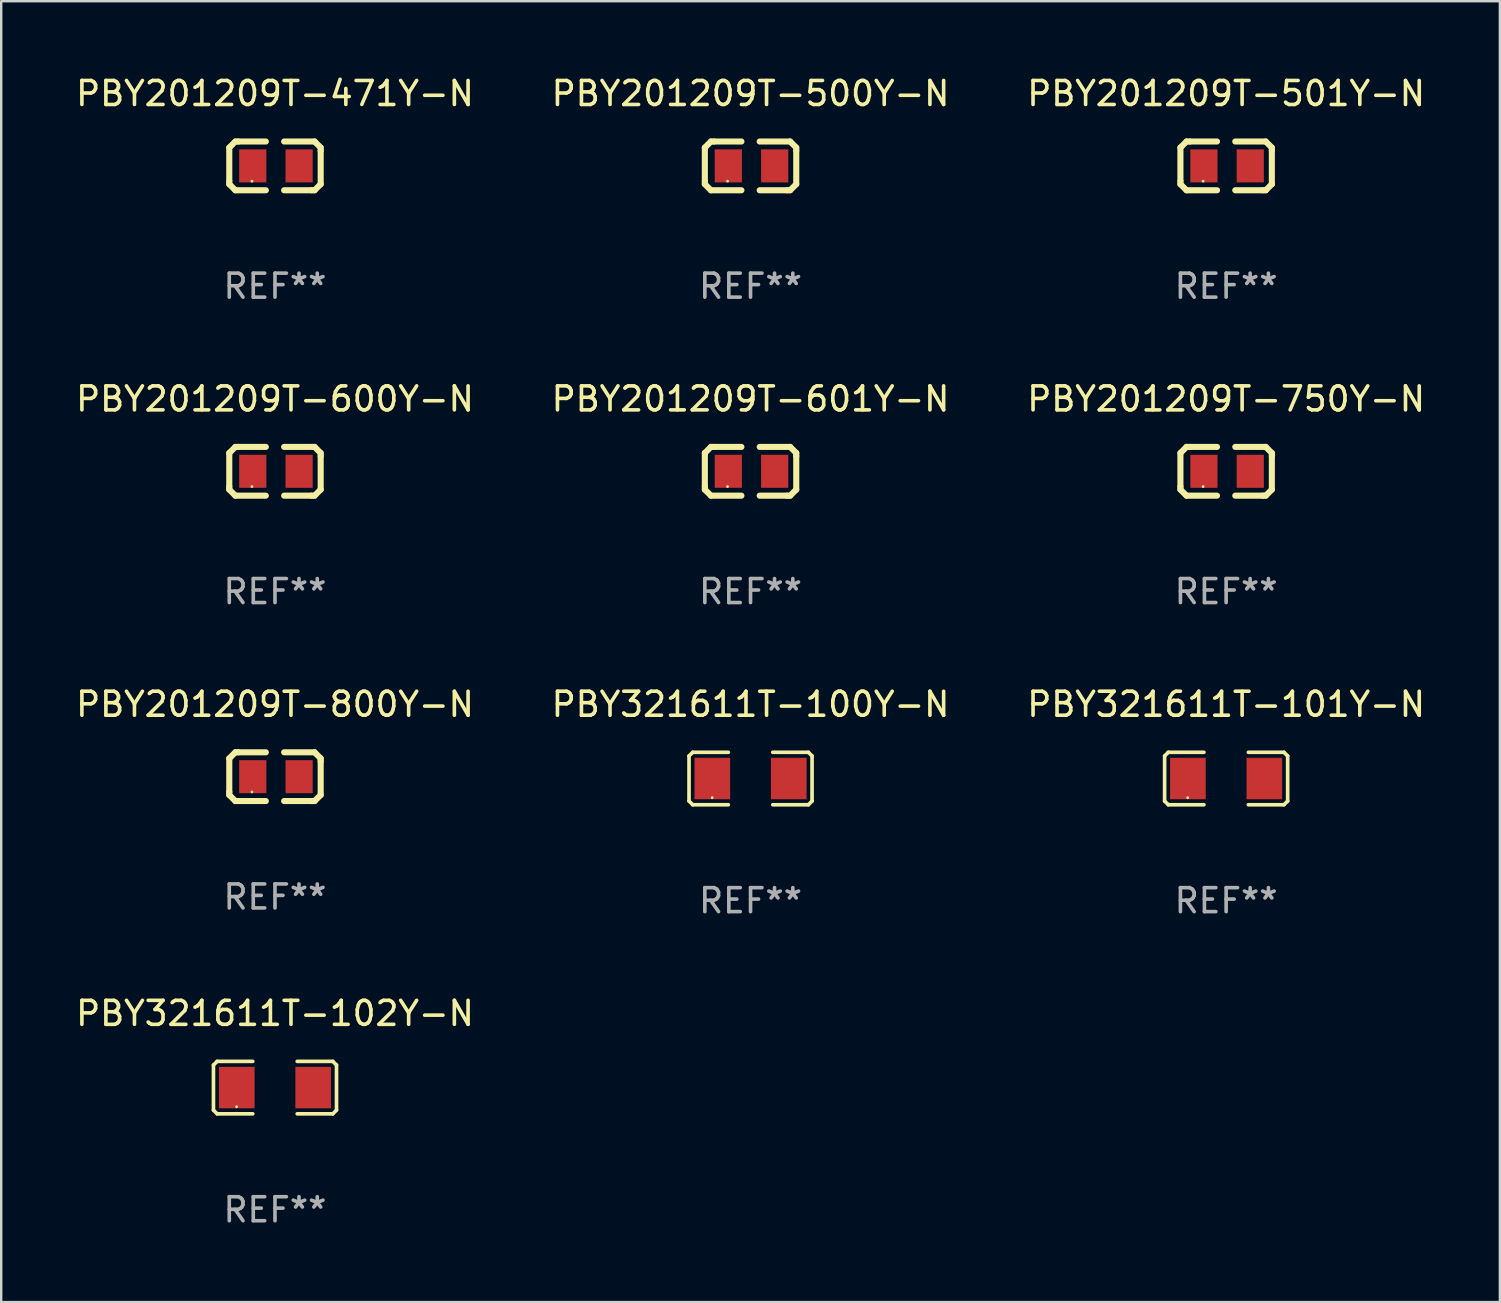
<source format=kicad_pcb>
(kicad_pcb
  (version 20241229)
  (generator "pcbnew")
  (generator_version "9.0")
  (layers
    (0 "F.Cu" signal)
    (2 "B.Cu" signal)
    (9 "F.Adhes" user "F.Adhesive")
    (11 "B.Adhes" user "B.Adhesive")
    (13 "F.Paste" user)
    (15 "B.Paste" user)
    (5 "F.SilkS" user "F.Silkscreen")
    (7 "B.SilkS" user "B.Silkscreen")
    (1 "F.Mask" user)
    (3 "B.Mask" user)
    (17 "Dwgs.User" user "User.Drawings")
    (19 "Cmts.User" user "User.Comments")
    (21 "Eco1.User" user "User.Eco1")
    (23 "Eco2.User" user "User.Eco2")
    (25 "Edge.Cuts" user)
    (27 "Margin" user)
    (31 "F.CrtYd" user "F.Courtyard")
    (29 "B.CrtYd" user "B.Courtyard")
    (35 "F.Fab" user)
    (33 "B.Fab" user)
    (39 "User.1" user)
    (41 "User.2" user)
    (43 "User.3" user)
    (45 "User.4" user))
  (footprint "PBY321611T-100Y-N"
    (layer "F.Cu")
    (at 28.232 29.398)
    (property "Reference" "PBY321611T-100Y-N" (at 0 -3.093 0) (layer "F.SilkS") (effects (font (size 1 1) (thickness 0.15))))
    (attr through_hole)
    (fp_line (start -2.564 -0.94) (end -2.411 -1.093) (stroke (width 0.152) (type solid)) (layer "F.SilkS"))
    (fp_line (start -2.564 0.94) (end -2.564 -0.94) (stroke (width 0.152) (type solid)) (layer "F.SilkS"))
    (fp_line (start -2.411 -1.093) (end -0.926 -1.093) (stroke (width 0.152) (type solid)) (layer "F.SilkS"))
    (fp_line (start -2.411 1.093) (end -2.564 0.94) (stroke (width 0.152) (type solid)) (layer "F.SilkS"))
    (fp_line (start -0.926 1.093) (end -2.411 1.093) (stroke (width 0.152) (type solid)) (layer "F.SilkS"))
    (fp_line (start 0.926 1.093) (end 2.411 1.093) (stroke (width 0.152) (type solid)) (layer "F.SilkS"))
    (fp_line (start 2.411 -1.093) (end 0.926 -1.093) (stroke (width 0.152) (type solid)) (layer "F.SilkS"))
    (fp_line (start 2.411 1.093) (end 2.564 0.94) (stroke (width 0.152) (type solid)) (layer "F.SilkS"))
    (fp_line (start 2.564 -0.94) (end 2.411 -1.093) (stroke (width 0.152) (type solid)) (layer "F.SilkS"))
    (fp_line (start 2.564 0.94) (end 2.564 -0.94) (stroke (width 0.152) (type solid)) (layer "F.SilkS"))
    (fp_circle (center -1.6 0.8) (end -1.57 0.8) (stroke (width 0.06) (type solid)) (fill no) (layer "F.SilkS"))
    (fp_text user "REF**" (at 0 5.093 0) (layer "F.Fab") (effects (font (size 1 1) (thickness 0.15))))
    (pad "1" smd rect (at -1.593 0) (size 1.485 1.728) (layers "F.Cu" "F.Mask" "F.Paste"))
    (pad "2" smd rect (at 1.593 0) (size 1.485 1.728) (layers "F.Cu" "F.Mask" "F.Paste")))
  (footprint "PBY321611T-102Y-N"
    (layer "F.Cu")
    (at 8.411 42.28)
    (property "Reference" "PBY321611T-102Y-N" (at 0 -3.093 0) (layer "F.SilkS") (effects (font (size 1 1) (thickness 0.15))))
    (attr through_hole)
    (fp_line (start -2.564 -0.94) (end -2.411 -1.093) (stroke (width 0.152) (type solid)) (layer "F.SilkS"))
    (fp_line (start -2.564 0.94) (end -2.564 -0.94) (stroke (width 0.152) (type solid)) (layer "F.SilkS"))
    (fp_line (start -2.411 -1.093) (end -0.926 -1.093) (stroke (width 0.152) (type solid)) (layer "F.SilkS"))
    (fp_line (start -2.411 1.093) (end -2.564 0.94) (stroke (width 0.152) (type solid)) (layer "F.SilkS"))
    (fp_line (start -0.926 1.093) (end -2.411 1.093) (stroke (width 0.152) (type solid)) (layer "F.SilkS"))
    (fp_line (start 0.926 1.093) (end 2.411 1.093) (stroke (width 0.152) (type solid)) (layer "F.SilkS"))
    (fp_line (start 2.411 -1.093) (end 0.926 -1.093) (stroke (width 0.152) (type solid)) (layer "F.SilkS"))
    (fp_line (start 2.411 1.093) (end 2.564 0.94) (stroke (width 0.152) (type solid)) (layer "F.SilkS"))
    (fp_line (start 2.564 -0.94) (end 2.411 -1.093) (stroke (width 0.152) (type solid)) (layer "F.SilkS"))
    (fp_line (start 2.564 0.94) (end 2.564 -0.94) (stroke (width 0.152) (type solid)) (layer "F.SilkS"))
    (fp_circle (center -1.6 0.8) (end -1.57 0.8) (stroke (width 0.06) (type solid)) (fill no) (layer "F.SilkS"))
    (fp_text user "REF**" (at 0 5.093 0) (layer "F.Fab") (effects (font (size 1 1) (thickness 0.15))))
    (pad "1" smd rect (at -1.593 0) (size 1.485 1.728) (layers "F.Cu" "F.Mask" "F.Paste"))
    (pad "2" smd rect (at 1.593 0) (size 1.485 1.728) (layers "F.Cu" "F.Mask" "F.Paste")))
  (footprint "PBY201209T-600Y-N"
    (layer "F.Cu")
    (at 8.411 16.593)
    (property "Reference" "PBY201209T-600Y-N" (at 0 -3.016 0) (layer "F.SilkS") (effects (font (size 1 1) (thickness 0.15))))
    (attr through_hole)
    (fp_line (start -1.905 -0.762) (end -1.905 0.635) (stroke (width 0.254) (type solid)) (layer "F.SilkS"))
    (fp_line (start -1.905 0.635) (end -1.905 0.762) (stroke (width 0.254) (type solid)) (layer "F.SilkS"))
    (fp_line (start -1.905 0.762) (end -1.651 1.016) (stroke (width 0.254) (type solid)) (layer "F.SilkS"))
    (fp_line (start -1.651 -1.016) (end -1.905 -0.762) (stroke (width 0.254) (type solid)) (layer "F.SilkS"))
    (fp_line (start -1.651 1.016) (end -0.381 1.016) (stroke (width 0.254) (type solid)) (layer "F.SilkS"))
    (fp_line (start -1.524 -1.016) (end -1.651 -1.016) (stroke (width 0.254) (type solid)) (layer "F.SilkS"))
    (fp_line (start -0.381 -1.016) (end -1.524 -1.016) (stroke (width 0.254) (type solid)) (layer "F.SilkS"))
    (fp_line (start 0.381 1.016) (end 1.524 1.016) (stroke (width 0.254) (type solid)) (layer "F.SilkS"))
    (fp_line (start 1.524 1.016) (end 1.651 1.016) (stroke (width 0.254) (type solid)) (layer "F.SilkS"))
    (fp_line (start 1.651 -1.016) (end 0.381 -1.016) (stroke (width 0.254) (type solid)) (layer "F.SilkS"))
    (fp_line (start 1.651 1.016) (end 1.905 0.762) (stroke (width 0.254) (type solid)) (layer "F.SilkS"))
    (fp_line (start 1.905 -0.762) (end 1.651 -1.016) (stroke (width 0.254) (type solid)) (layer "F.SilkS"))
    (fp_line (start 1.905 -0.635) (end 1.905 -0.762) (stroke (width 0.254) (type solid)) (layer "F.SilkS"))
    (fp_line (start 1.905 0.762) (end 1.905 -0.635) (stroke (width 0.254) (type solid)) (layer "F.SilkS"))
    (fp_circle (center -0.96 0.637) (end -0.93 0.637) (stroke (width 0.06) (type solid)) (fill no) (layer "F.SilkS"))
    (fp_text user "REF**" (at 0 5.016 0) (layer "F.Fab") (effects (font (size 1 1) (thickness 0.15))))
    (pad "1" smd rect (at -0.926 -0.000051) (size 1.133 1.377) (layers "F.Cu" "F.Mask" "F.Paste"))
    (pad "2" smd rect (at 1.006 -0.000051) (size 1.133 1.377) (layers "F.Cu" "F.Mask" "F.Paste")))
  (footprint "PBY201209T-471Y-N"
    (layer "F.Cu")
    (at 8.411 3.864)
    (property "Reference" "PBY201209T-471Y-N" (at 0 -3.016 0) (layer "F.SilkS") (effects (font (size 1 1) (thickness 0.15))))
    (attr through_hole)
    (fp_line (start -1.905 -0.762) (end -1.905 0.635) (stroke (width 0.254) (type solid)) (layer "F.SilkS"))
    (fp_line (start -1.905 0.635) (end -1.905 0.762) (stroke (width 0.254) (type solid)) (layer "F.SilkS"))
    (fp_line (start -1.905 0.762) (end -1.651 1.016) (stroke (width 0.254) (type solid)) (layer "F.SilkS"))
    (fp_line (start -1.651 -1.016) (end -1.905 -0.762) (stroke (width 0.254) (type solid)) (layer "F.SilkS"))
    (fp_line (start -1.651 1.016) (end -0.381 1.016) (stroke (width 0.254) (type solid)) (layer "F.SilkS"))
    (fp_line (start -1.524 -1.016) (end -1.651 -1.016) (stroke (width 0.254) (type solid)) (layer "F.SilkS"))
    (fp_line (start -0.381 -1.016) (end -1.524 -1.016) (stroke (width 0.254) (type solid)) (layer "F.SilkS"))
    (fp_line (start 0.381 1.016) (end 1.524 1.016) (stroke (width 0.254) (type solid)) (layer "F.SilkS"))
    (fp_line (start 1.524 1.016) (end 1.651 1.016) (stroke (width 0.254) (type solid)) (layer "F.SilkS"))
    (fp_line (start 1.651 -1.016) (end 0.381 -1.016) (stroke (width 0.254) (type solid)) (layer "F.SilkS"))
    (fp_line (start 1.651 1.016) (end 1.905 0.762) (stroke (width 0.254) (type solid)) (layer "F.SilkS"))
    (fp_line (start 1.905 -0.762) (end 1.651 -1.016) (stroke (width 0.254) (type solid)) (layer "F.SilkS"))
    (fp_line (start 1.905 -0.635) (end 1.905 -0.762) (stroke (width 0.254) (type solid)) (layer "F.SilkS"))
    (fp_line (start 1.905 0.762) (end 1.905 -0.635) (stroke (width 0.254) (type solid)) (layer "F.SilkS"))
    (fp_circle (center -0.96 0.637) (end -0.93 0.637) (stroke (width 0.06) (type solid)) (fill no) (layer "F.SilkS"))
    (fp_text user "REF**" (at 0 5.016 0) (layer "F.Fab") (effects (font (size 1 1) (thickness 0.15))))
    (pad "1" smd rect (at -0.926 -0.000051) (size 1.133 1.377) (layers "F.Cu" "F.Mask" "F.Paste"))
    (pad "2" smd rect (at 1.006 -0.000051) (size 1.133 1.377) (layers "F.Cu" "F.Mask" "F.Paste")))
  (footprint "PBY321611T-101Y-N"
    (layer "F.Cu")
    (at 48.054 29.398)
    (property "Reference" "PBY321611T-101Y-N" (at 0 -3.093 0) (layer "F.SilkS") (effects (font (size 1 1) (thickness 0.15))))
    (attr through_hole)
    (fp_line (start -2.564 -0.94) (end -2.411 -1.093) (stroke (width 0.152) (type solid)) (layer "F.SilkS"))
    (fp_line (start -2.564 0.94) (end -2.564 -0.94) (stroke (width 0.152) (type solid)) (layer "F.SilkS"))
    (fp_line (start -2.411 -1.093) (end -0.926 -1.093) (stroke (width 0.152) (type solid)) (layer "F.SilkS"))
    (fp_line (start -2.411 1.093) (end -2.564 0.94) (stroke (width 0.152) (type solid)) (layer "F.SilkS"))
    (fp_line (start -0.926 1.093) (end -2.411 1.093) (stroke (width 0.152) (type solid)) (layer "F.SilkS"))
    (fp_line (start 0.926 1.093) (end 2.411 1.093) (stroke (width 0.152) (type solid)) (layer "F.SilkS"))
    (fp_line (start 2.411 -1.093) (end 0.926 -1.093) (stroke (width 0.152) (type solid)) (layer "F.SilkS"))
    (fp_line (start 2.411 1.093) (end 2.564 0.94) (stroke (width 0.152) (type solid)) (layer "F.SilkS"))
    (fp_line (start 2.564 -0.94) (end 2.411 -1.093) (stroke (width 0.152) (type solid)) (layer "F.SilkS"))
    (fp_line (start 2.564 0.94) (end 2.564 -0.94) (stroke (width 0.152) (type solid)) (layer "F.SilkS"))
    (fp_circle (center -1.6 0.8) (end -1.57 0.8) (stroke (width 0.06) (type solid)) (fill no) (layer "F.SilkS"))
    (fp_text user "REF**" (at 0 5.093 0) (layer "F.Fab") (effects (font (size 1 1) (thickness 0.15))))
    (pad "1" smd rect (at -1.593 0) (size 1.485 1.728) (layers "F.Cu" "F.Mask" "F.Paste"))
    (pad "2" smd rect (at 1.593 0) (size 1.485 1.728) (layers "F.Cu" "F.Mask" "F.Paste")))
  (footprint "PBY201209T-500Y-N"
    (layer "F.Cu")
    (at 28.232 3.864)
    (property "Reference" "PBY201209T-500Y-N" (at 0 -3.016 0) (layer "F.SilkS") (effects (font (size 1 1) (thickness 0.15))))
    (attr through_hole)
    (fp_line (start -1.905 -0.762) (end -1.905 0.635) (stroke (width 0.254) (type solid)) (layer "F.SilkS"))
    (fp_line (start -1.905 0.635) (end -1.905 0.762) (stroke (width 0.254) (type solid)) (layer "F.SilkS"))
    (fp_line (start -1.905 0.762) (end -1.651 1.016) (stroke (width 0.254) (type solid)) (layer "F.SilkS"))
    (fp_line (start -1.651 -1.016) (end -1.905 -0.762) (stroke (width 0.254) (type solid)) (layer "F.SilkS"))
    (fp_line (start -1.651 1.016) (end -0.381 1.016) (stroke (width 0.254) (type solid)) (layer "F.SilkS"))
    (fp_line (start -1.524 -1.016) (end -1.651 -1.016) (stroke (width 0.254) (type solid)) (layer "F.SilkS"))
    (fp_line (start -0.381 -1.016) (end -1.524 -1.016) (stroke (width 0.254) (type solid)) (layer "F.SilkS"))
    (fp_line (start 0.381 1.016) (end 1.524 1.016) (stroke (width 0.254) (type solid)) (layer "F.SilkS"))
    (fp_line (start 1.524 1.016) (end 1.651 1.016) (stroke (width 0.254) (type solid)) (layer "F.SilkS"))
    (fp_line (start 1.651 -1.016) (end 0.381 -1.016) (stroke (width 0.254) (type solid)) (layer "F.SilkS"))
    (fp_line (start 1.651 1.016) (end 1.905 0.762) (stroke (width 0.254) (type solid)) (layer "F.SilkS"))
    (fp_line (start 1.905 -0.762) (end 1.651 -1.016) (stroke (width 0.254) (type solid)) (layer "F.SilkS"))
    (fp_line (start 1.905 -0.635) (end 1.905 -0.762) (stroke (width 0.254) (type solid)) (layer "F.SilkS"))
    (fp_line (start 1.905 0.762) (end 1.905 -0.635) (stroke (width 0.254) (type solid)) (layer "F.SilkS"))
    (fp_circle (center -0.96 0.637) (end -0.93 0.637) (stroke (width 0.06) (type solid)) (fill no) (layer "F.SilkS"))
    (fp_text user "REF**" (at 0 5.016 0) (layer "F.Fab") (effects (font (size 1 1) (thickness 0.15))))
    (pad "1" smd rect (at -0.926 -0.000051) (size 1.133 1.377) (layers "F.Cu" "F.Mask" "F.Paste"))
    (pad "2" smd rect (at 1.006 -0.000051) (size 1.133 1.377) (layers "F.Cu" "F.Mask" "F.Paste")))
  (footprint "PBY201209T-501Y-N"
    (layer "F.Cu")
    (at 48.054 3.864)
    (property "Reference" "PBY201209T-501Y-N" (at 0 -3.016 0) (layer "F.SilkS") (effects (font (size 1 1) (thickness 0.15))))
    (attr through_hole)
    (fp_line (start -1.905 -0.762) (end -1.905 0.635) (stroke (width 0.254) (type solid)) (layer "F.SilkS"))
    (fp_line (start -1.905 0.635) (end -1.905 0.762) (stroke (width 0.254) (type solid)) (layer "F.SilkS"))
    (fp_line (start -1.905 0.762) (end -1.651 1.016) (stroke (width 0.254) (type solid)) (layer "F.SilkS"))
    (fp_line (start -1.651 -1.016) (end -1.905 -0.762) (stroke (width 0.254) (type solid)) (layer "F.SilkS"))
    (fp_line (start -1.651 1.016) (end -0.381 1.016) (stroke (width 0.254) (type solid)) (layer "F.SilkS"))
    (fp_line (start -1.524 -1.016) (end -1.651 -1.016) (stroke (width 0.254) (type solid)) (layer "F.SilkS"))
    (fp_line (start -0.381 -1.016) (end -1.524 -1.016) (stroke (width 0.254) (type solid)) (layer "F.SilkS"))
    (fp_line (start 0.381 1.016) (end 1.524 1.016) (stroke (width 0.254) (type solid)) (layer "F.SilkS"))
    (fp_line (start 1.524 1.016) (end 1.651 1.016) (stroke (width 0.254) (type solid)) (layer "F.SilkS"))
    (fp_line (start 1.651 -1.016) (end 0.381 -1.016) (stroke (width 0.254) (type solid)) (layer "F.SilkS"))
    (fp_line (start 1.651 1.016) (end 1.905 0.762) (stroke (width 0.254) (type solid)) (layer "F.SilkS"))
    (fp_line (start 1.905 -0.762) (end 1.651 -1.016) (stroke (width 0.254) (type solid)) (layer "F.SilkS"))
    (fp_line (start 1.905 -0.635) (end 1.905 -0.762) (stroke (width 0.254) (type solid)) (layer "F.SilkS"))
    (fp_line (start 1.905 0.762) (end 1.905 -0.635) (stroke (width 0.254) (type solid)) (layer "F.SilkS"))
    (fp_circle (center -0.96 0.637) (end -0.93 0.637) (stroke (width 0.06) (type solid)) (fill no) (layer "F.SilkS"))
    (fp_text user "REF**" (at 0 5.016 0) (layer "F.Fab") (effects (font (size 1 1) (thickness 0.15))))
    (pad "1" smd rect (at -0.926 -0.000051) (size 1.133 1.377) (layers "F.Cu" "F.Mask" "F.Paste"))
    (pad "2" smd rect (at 1.006 -0.000051) (size 1.133 1.377) (layers "F.Cu" "F.Mask" "F.Paste")))
  (footprint "PBY201209T-601Y-N"
    (layer "F.Cu")
    (at 28.232 16.593)
    (property "Reference" "PBY201209T-601Y-N" (at 0 -3.016 0) (layer "F.SilkS") (effects (font (size 1 1) (thickness 0.15))))
    (attr through_hole)
    (fp_line (start -1.905 -0.762) (end -1.905 0.635) (stroke (width 0.254) (type solid)) (layer "F.SilkS"))
    (fp_line (start -1.905 0.635) (end -1.905 0.762) (stroke (width 0.254) (type solid)) (layer "F.SilkS"))
    (fp_line (start -1.905 0.762) (end -1.651 1.016) (stroke (width 0.254) (type solid)) (layer "F.SilkS"))
    (fp_line (start -1.651 -1.016) (end -1.905 -0.762) (stroke (width 0.254) (type solid)) (layer "F.SilkS"))
    (fp_line (start -1.651 1.016) (end -0.381 1.016) (stroke (width 0.254) (type solid)) (layer "F.SilkS"))
    (fp_line (start -1.524 -1.016) (end -1.651 -1.016) (stroke (width 0.254) (type solid)) (layer "F.SilkS"))
    (fp_line (start -0.381 -1.016) (end -1.524 -1.016) (stroke (width 0.254) (type solid)) (layer "F.SilkS"))
    (fp_line (start 0.381 1.016) (end 1.524 1.016) (stroke (width 0.254) (type solid)) (layer "F.SilkS"))
    (fp_line (start 1.524 1.016) (end 1.651 1.016) (stroke (width 0.254) (type solid)) (layer "F.SilkS"))
    (fp_line (start 1.651 -1.016) (end 0.381 -1.016) (stroke (width 0.254) (type solid)) (layer "F.SilkS"))
    (fp_line (start 1.651 1.016) (end 1.905 0.762) (stroke (width 0.254) (type solid)) (layer "F.SilkS"))
    (fp_line (start 1.905 -0.762) (end 1.651 -1.016) (stroke (width 0.254) (type solid)) (layer "F.SilkS"))
    (fp_line (start 1.905 -0.635) (end 1.905 -0.762) (stroke (width 0.254) (type solid)) (layer "F.SilkS"))
    (fp_line (start 1.905 0.762) (end 1.905 -0.635) (stroke (width 0.254) (type solid)) (layer "F.SilkS"))
    (fp_circle (center -0.96 0.637) (end -0.93 0.637) (stroke (width 0.06) (type solid)) (fill no) (layer "F.SilkS"))
    (fp_text user "REF**" (at 0 5.016 0) (layer "F.Fab") (effects (font (size 1 1) (thickness 0.15))))
    (pad "1" smd rect (at -0.926 -0.000051) (size 1.133 1.377) (layers "F.Cu" "F.Mask" "F.Paste"))
    (pad "2" smd rect (at 1.006 -0.000051) (size 1.133 1.377) (layers "F.Cu" "F.Mask" "F.Paste")))
  (footprint "PBY201209T-800Y-N"
    (layer "F.Cu")
    (at 8.411 29.321)
    (property "Reference" "PBY201209T-800Y-N" (at 0 -3.016 0) (layer "F.SilkS") (effects (font (size 1 1) (thickness 0.15))))
    (attr through_hole)
    (fp_line (start -1.905 -0.762) (end -1.905 0.635) (stroke (width 0.254) (type solid)) (layer "F.SilkS"))
    (fp_line (start -1.905 0.635) (end -1.905 0.762) (stroke (width 0.254) (type solid)) (layer "F.SilkS"))
    (fp_line (start -1.905 0.762) (end -1.651 1.016) (stroke (width 0.254) (type solid)) (layer "F.SilkS"))
    (fp_line (start -1.651 -1.016) (end -1.905 -0.762) (stroke (width 0.254) (type solid)) (layer "F.SilkS"))
    (fp_line (start -1.651 1.016) (end -0.381 1.016) (stroke (width 0.254) (type solid)) (layer "F.SilkS"))
    (fp_line (start -1.524 -1.016) (end -1.651 -1.016) (stroke (width 0.254) (type solid)) (layer "F.SilkS"))
    (fp_line (start -0.381 -1.016) (end -1.524 -1.016) (stroke (width 0.254) (type solid)) (layer "F.SilkS"))
    (fp_line (start 0.381 1.016) (end 1.524 1.016) (stroke (width 0.254) (type solid)) (layer "F.SilkS"))
    (fp_line (start 1.524 1.016) (end 1.651 1.016) (stroke (width 0.254) (type solid)) (layer "F.SilkS"))
    (fp_line (start 1.651 -1.016) (end 0.381 -1.016) (stroke (width 0.254) (type solid)) (layer "F.SilkS"))
    (fp_line (start 1.651 1.016) (end 1.905 0.762) (stroke (width 0.254) (type solid)) (layer "F.SilkS"))
    (fp_line (start 1.905 -0.762) (end 1.651 -1.016) (stroke (width 0.254) (type solid)) (layer "F.SilkS"))
    (fp_line (start 1.905 -0.635) (end 1.905 -0.762) (stroke (width 0.254) (type solid)) (layer "F.SilkS"))
    (fp_line (start 1.905 0.762) (end 1.905 -0.635) (stroke (width 0.254) (type solid)) (layer "F.SilkS"))
    (fp_circle (center -0.96 0.637) (end -0.93 0.637) (stroke (width 0.06) (type solid)) (fill no) (layer "F.SilkS"))
    (fp_text user "REF**" (at 0 5.016 0) (layer "F.Fab") (effects (font (size 1 1) (thickness 0.15))))
    (pad "1" smd rect (at -0.926 -0.000051) (size 1.133 1.377) (layers "F.Cu" "F.Mask" "F.Paste"))
    (pad "2" smd rect (at 1.006 -0.000051) (size 1.133 1.377) (layers "F.Cu" "F.Mask" "F.Paste")))
  (footprint "PBY201209T-750Y-N"
    (layer "F.Cu")
    (at 48.054 16.593)
    (property "Reference" "PBY201209T-750Y-N" (at 0 -3.016 0) (layer "F.SilkS") (effects (font (size 1 1) (thickness 0.15))))
    (attr through_hole)
    (fp_line (start -1.905 -0.762) (end -1.905 0.635) (stroke (width 0.254) (type solid)) (layer "F.SilkS"))
    (fp_line (start -1.905 0.635) (end -1.905 0.762) (stroke (width 0.254) (type solid)) (layer "F.SilkS"))
    (fp_line (start -1.905 0.762) (end -1.651 1.016) (stroke (width 0.254) (type solid)) (layer "F.SilkS"))
    (fp_line (start -1.651 -1.016) (end -1.905 -0.762) (stroke (width 0.254) (type solid)) (layer "F.SilkS"))
    (fp_line (start -1.651 1.016) (end -0.381 1.016) (stroke (width 0.254) (type solid)) (layer "F.SilkS"))
    (fp_line (start -1.524 -1.016) (end -1.651 -1.016) (stroke (width 0.254) (type solid)) (layer "F.SilkS"))
    (fp_line (start -0.381 -1.016) (end -1.524 -1.016) (stroke (width 0.254) (type solid)) (layer "F.SilkS"))
    (fp_line (start 0.381 1.016) (end 1.524 1.016) (stroke (width 0.254) (type solid)) (layer "F.SilkS"))
    (fp_line (start 1.524 1.016) (end 1.651 1.016) (stroke (width 0.254) (type solid)) (layer "F.SilkS"))
    (fp_line (start 1.651 -1.016) (end 0.381 -1.016) (stroke (width 0.254) (type solid)) (layer "F.SilkS"))
    (fp_line (start 1.651 1.016) (end 1.905 0.762) (stroke (width 0.254) (type solid)) (layer "F.SilkS"))
    (fp_line (start 1.905 -0.762) (end 1.651 -1.016) (stroke (width 0.254) (type solid)) (layer "F.SilkS"))
    (fp_line (start 1.905 -0.635) (end 1.905 -0.762) (stroke (width 0.254) (type solid)) (layer "F.SilkS"))
    (fp_line (start 1.905 0.762) (end 1.905 -0.635) (stroke (width 0.254) (type solid)) (layer "F.SilkS"))
    (fp_circle (center -0.96 0.637) (end -0.93 0.637) (stroke (width 0.06) (type solid)) (fill no) (layer "F.SilkS"))
    (fp_text user "REF**" (at 0 5.016 0) (layer "F.Fab") (effects (font (size 1 1) (thickness 0.15))))
    (pad "1" smd rect (at -0.926 -0.000051) (size 1.133 1.377) (layers "F.Cu" "F.Mask" "F.Paste"))
    (pad "2" smd rect (at 1.006 -0.000051) (size 1.133 1.377) (layers "F.Cu" "F.Mask" "F.Paste")))
  (gr_rect
    (start -3 -3)
    (end 59.464 51.22)
    (stroke (width 0.1) (type default))
    (fill no)
    (layer "Edge.Cuts")))
</source>
